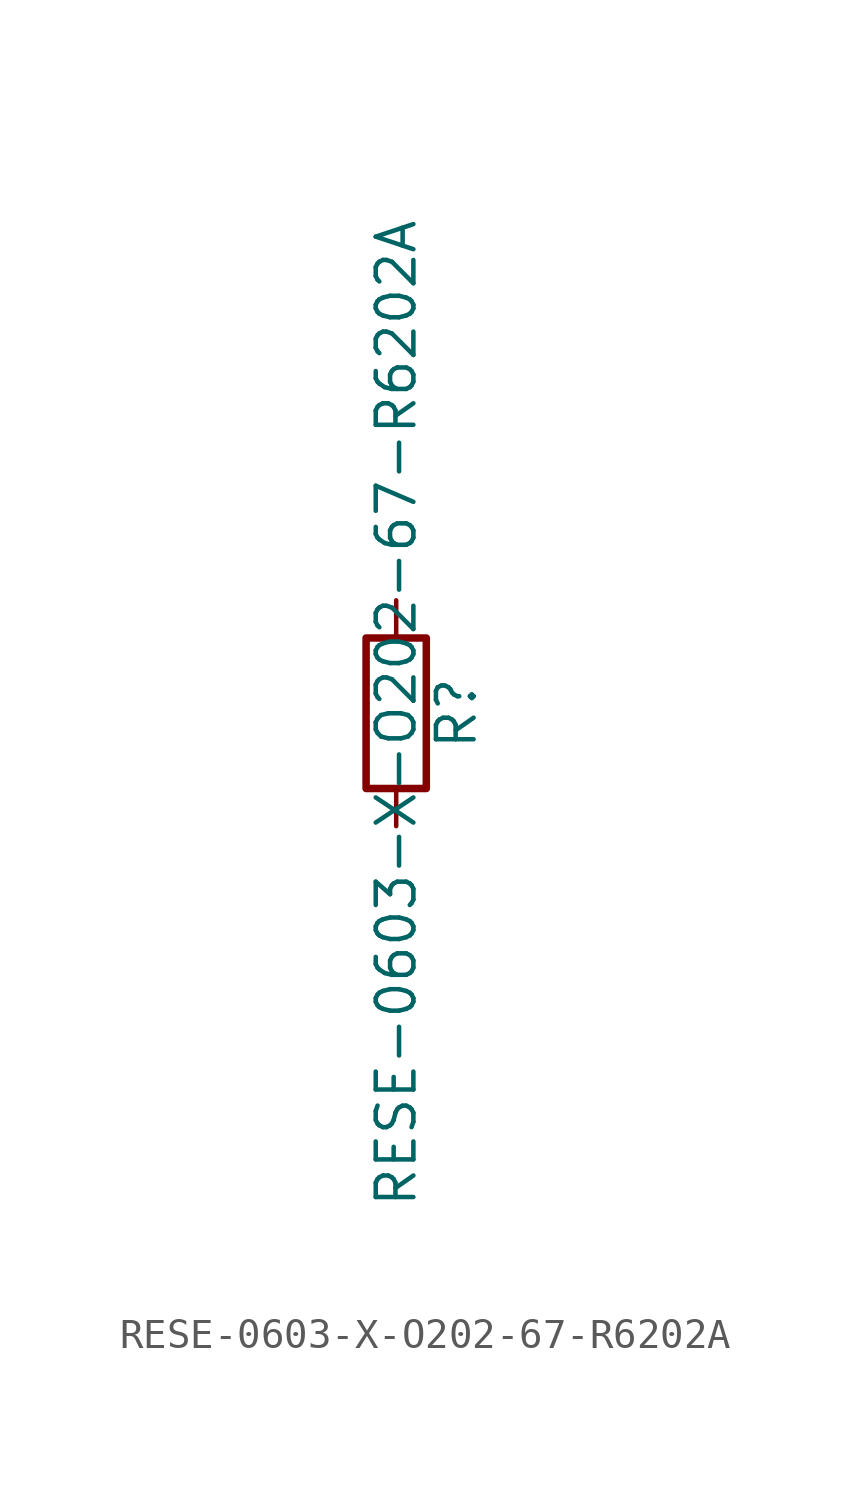
<source format=kicad_sym>
(kicad_symbol_lib
  (version 20211014)
  (generator kicad_symbol_editor)
  (symbol "RESE-0603-X-O202-67-R6202A"
    (pin_numbers hide)
    (pin_names
      (offset 0))
    (property "Reference" "R"
      (at 2.032 0 90)
      (effects (font (size 1.27 1.27))))
    (property "Value" "RESE-0603-X-O202-67-R6202A"
      (at 0 0 90)
      (effects (font (size 1.27 1.27))))
    (symbol "RESE-0603-X-O202-67-R6202A_0_1"
      (rectangle (start -1.016 -2.54) (end 1.016 2.54) (stroke (width 0.254) (type default) (color 0 0 0 0)) (fill (type none))))
    (symbol "RESE-0603-X-O202-67-R6202A_1_1"
      (pin passive line (at 0 3.81 270) (length 1.27) (name "~" (effects (font (size 1.27 1.27)))) (number "1" (effects (font (size 1.27 1.27)))))
      (pin passive line (at 0 -3.81 90) (length 1.27) (name "~" (effects (font (size 1.27 1.27)))) (number "2" (effects (font (size 1.27 1.27))))))))
</source>
